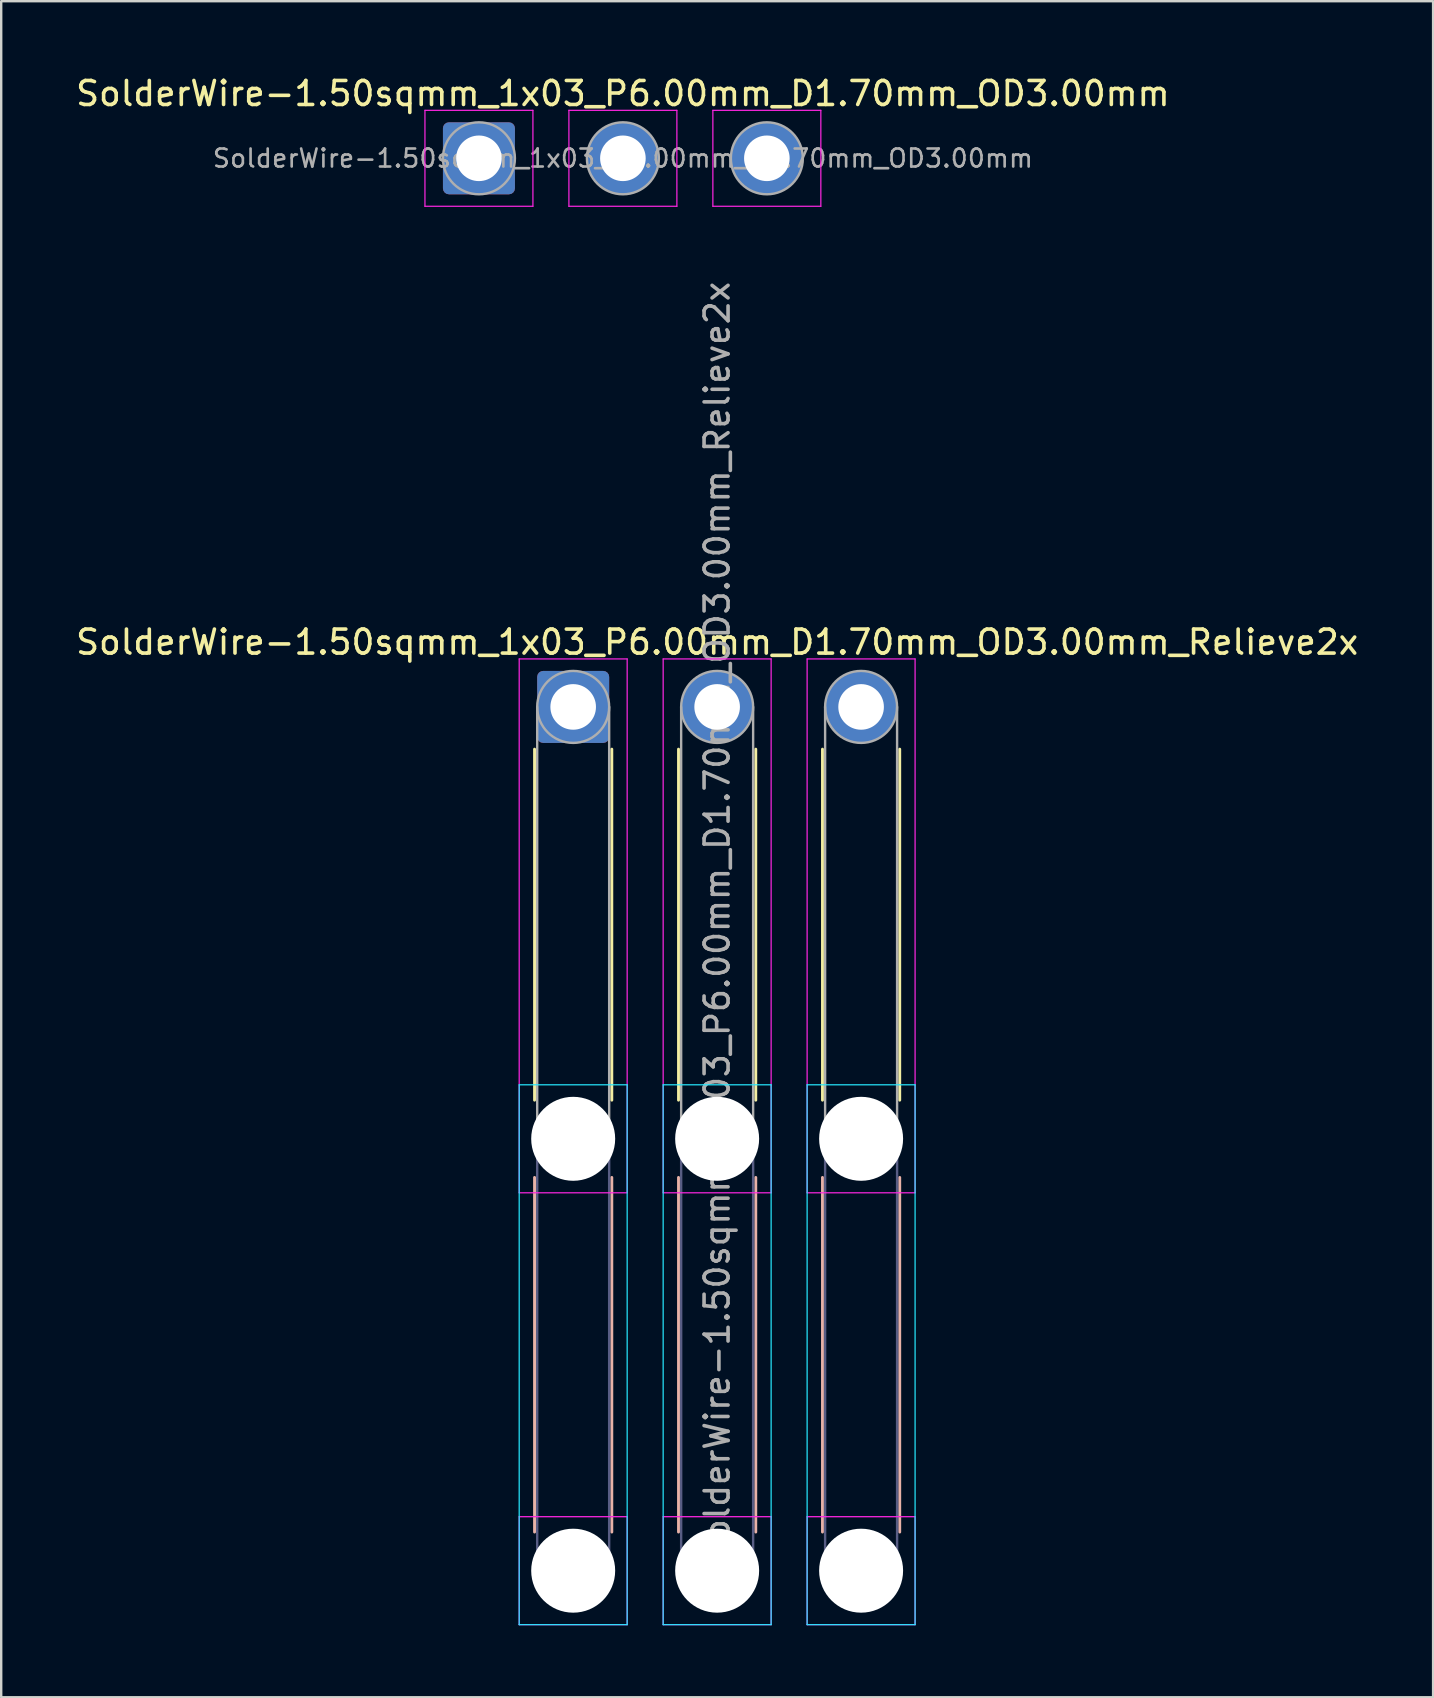
<source format=kicad_pcb>
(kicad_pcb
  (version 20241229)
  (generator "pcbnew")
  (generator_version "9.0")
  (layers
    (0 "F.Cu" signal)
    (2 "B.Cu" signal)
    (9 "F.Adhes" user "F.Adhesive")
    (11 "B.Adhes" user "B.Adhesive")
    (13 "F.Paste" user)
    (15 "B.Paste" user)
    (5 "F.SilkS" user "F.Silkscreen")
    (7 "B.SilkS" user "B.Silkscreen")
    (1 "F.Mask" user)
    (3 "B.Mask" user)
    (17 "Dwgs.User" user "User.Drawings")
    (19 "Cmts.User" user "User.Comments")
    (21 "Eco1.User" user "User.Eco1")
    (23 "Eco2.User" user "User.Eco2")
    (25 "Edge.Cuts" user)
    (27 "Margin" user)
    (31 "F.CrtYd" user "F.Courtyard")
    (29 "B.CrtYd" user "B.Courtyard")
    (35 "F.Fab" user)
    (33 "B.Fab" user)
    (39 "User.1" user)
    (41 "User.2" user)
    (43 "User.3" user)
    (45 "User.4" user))
  (footprint "SolderWire-1.50sqmm_1x03_P6.00mm_D1.70mm_OD3.00mm"
    (layer "F.Cu")
    (at 16.911 3.548)
    (property "Reference" "SolderWire-1.50sqmm_1x03_P6.00mm_D1.70mm_OD3.00mm" (at 6 -2.7 0) (layer "F.SilkS") (effects (font (size 1 1) (thickness 0.15))))
    (attr exclude_from_pos_files exclude_from_bom)
    (fp_line (start -2.25 -2) (end -2.25 2) (stroke (width 0.05) (type solid)) (layer "F.CrtYd"))
    (fp_line (start -2.25 2) (end 2.25 2) (stroke (width 0.05) (type solid)) (layer "F.CrtYd"))
    (fp_line (start 2.25 -2) (end -2.25 -2) (stroke (width 0.05) (type solid)) (layer "F.CrtYd"))
    (fp_line (start 2.25 2) (end 2.25 -2) (stroke (width 0.05) (type solid)) (layer "F.CrtYd"))
    (fp_line (start 3.75 -2) (end 3.75 2) (stroke (width 0.05) (type solid)) (layer "F.CrtYd"))
    (fp_line (start 3.75 2) (end 8.25 2) (stroke (width 0.05) (type solid)) (layer "F.CrtYd"))
    (fp_line (start 8.25 -2) (end 3.75 -2) (stroke (width 0.05) (type solid)) (layer "F.CrtYd"))
    (fp_line (start 8.25 2) (end 8.25 -2) (stroke (width 0.05) (type solid)) (layer "F.CrtYd"))
    (fp_line (start 9.75 -2) (end 9.75 2) (stroke (width 0.05) (type solid)) (layer "F.CrtYd"))
    (fp_line (start 9.75 2) (end 14.25 2) (stroke (width 0.05) (type solid)) (layer "F.CrtYd"))
    (fp_line (start 14.25 -2) (end 9.75 -2) (stroke (width 0.05) (type solid)) (layer "F.CrtYd"))
    (fp_line (start 14.25 2) (end 14.25 -2) (stroke (width 0.05) (type solid)) (layer "F.CrtYd"))
    (fp_circle (center 0 0) (end 1.5 0) (stroke (width 0.1) (type solid)) (fill no) (layer "F.Fab"))
    (fp_circle (center 6 0) (end 7.5 0) (stroke (width 0.1) (type solid)) (fill no) (layer "F.Fab"))
    (fp_circle (center 12 0) (end 13.5 0) (stroke (width 0.1) (type solid)) (fill no) (layer "F.Fab"))
    (fp_text user "${REFERENCE}" (at 6 0 0) (layer "F.Fab") (effects (font (size 0.75 0.75) (thickness 0.11))))
    (pad "1" thru_hole roundrect (at 0 0) (size 3 3) (drill 1.9) (layers "*.Cu" "*.Mask") (roundrect_rratio 0.083))
    (pad "2" thru_hole circle (at 6 0) (size 3 3) (drill 1.9) (layers "*.Cu" "*.Mask"))
    (pad "3" thru_hole circle (at 12 0) (size 3 3) (drill 1.9) (layers "*.Cu" "*.Mask")))
  (footprint "SolderWire-1.50sqmm_1x03_P6.00mm_D1.70mm_OD3.00mm_Relieve2x"
    (layer "F.Cu")
    (at 20.839 26.413)
    (property "Reference" "SolderWire-1.50sqmm_1x03_P6.00mm_D1.70mm_OD3.00mm_Relieve2x" (at 6 -2.7 0) (layer "F.SilkS") (effects (font (size 1 1) (thickness 0.15))))
    (attr exclude_from_pos_files exclude_from_bom)
    (fp_line (start -1.61 1.76) (end -1.61 16.39) (stroke (width 0.12) (type solid)) (layer "F.SilkS"))
    (fp_line (start 1.61 1.76) (end 1.61 16.39) (stroke (width 0.12) (type solid)) (layer "F.SilkS"))
    (fp_line (start 4.39 1.76) (end 4.39 16.39) (stroke (width 0.12) (type solid)) (layer "F.SilkS"))
    (fp_line (start 7.61 1.76) (end 7.61 16.39) (stroke (width 0.12) (type solid)) (layer "F.SilkS"))
    (fp_line (start 10.39 1.76) (end 10.39 16.39) (stroke (width 0.12) (type solid)) (layer "F.SilkS"))
    (fp_line (start 13.61 1.76) (end 13.61 16.39) (stroke (width 0.12) (type solid)) (layer "F.SilkS"))
    (fp_line (start -1.61 19.61) (end -1.61 34.39) (stroke (width 0.12) (type solid)) (layer "B.SilkS"))
    (fp_line (start 1.61 19.61) (end 1.61 34.39) (stroke (width 0.12) (type solid)) (layer "B.SilkS"))
    (fp_line (start 4.39 19.61) (end 4.39 34.39) (stroke (width 0.12) (type solid)) (layer "B.SilkS"))
    (fp_line (start 7.61 19.61) (end 7.61 34.39) (stroke (width 0.12) (type solid)) (layer "B.SilkS"))
    (fp_line (start 10.39 19.61) (end 10.39 34.39) (stroke (width 0.12) (type solid)) (layer "B.SilkS"))
    (fp_line (start 13.61 19.61) (end 13.61 34.39) (stroke (width 0.12) (type solid)) (layer "B.SilkS"))
    (fp_line (start -2.25 15.75) (end -2.25 38.25) (stroke (width 0.05) (type solid)) (layer "B.CrtYd"))
    (fp_line (start -2.25 38.25) (end 2.25 38.25) (stroke (width 0.05) (type solid)) (layer "B.CrtYd"))
    (fp_line (start 2.25 15.75) (end -2.25 15.75) (stroke (width 0.05) (type solid)) (layer "B.CrtYd"))
    (fp_line (start 2.25 38.25) (end 2.25 15.75) (stroke (width 0.05) (type solid)) (layer "B.CrtYd"))
    (fp_line (start 3.75 15.75) (end 3.75 38.25) (stroke (width 0.05) (type solid)) (layer "B.CrtYd"))
    (fp_line (start 3.75 38.25) (end 8.25 38.25) (stroke (width 0.05) (type solid)) (layer "B.CrtYd"))
    (fp_line (start 8.25 15.75) (end 3.75 15.75) (stroke (width 0.05) (type solid)) (layer "B.CrtYd"))
    (fp_line (start 8.25 38.25) (end 8.25 15.75) (stroke (width 0.05) (type solid)) (layer "B.CrtYd"))
    (fp_line (start 9.75 15.75) (end 9.75 38.25) (stroke (width 0.05) (type solid)) (layer "B.CrtYd"))
    (fp_line (start 9.75 38.25) (end 14.25 38.25) (stroke (width 0.05) (type solid)) (layer "B.CrtYd"))
    (fp_line (start 14.25 15.75) (end 9.75 15.75) (stroke (width 0.05) (type solid)) (layer "B.CrtYd"))
    (fp_line (start 14.25 38.25) (end 14.25 15.75) (stroke (width 0.05) (type solid)) (layer "B.CrtYd"))
    (fp_line (start -2.25 -2) (end -2.25 20.25) (stroke (width 0.05) (type solid)) (layer "F.CrtYd"))
    (fp_line (start -2.25 20.25) (end 2.25 20.25) (stroke (width 0.05) (type solid)) (layer "F.CrtYd"))
    (fp_line (start -2.25 33.75) (end -2.25 38.25) (stroke (width 0.05) (type solid)) (layer "F.CrtYd"))
    (fp_line (start -2.25 38.25) (end 2.25 38.25) (stroke (width 0.05) (type solid)) (layer "F.CrtYd"))
    (fp_line (start 2.25 -2) (end -2.25 -2) (stroke (width 0.05) (type solid)) (layer "F.CrtYd"))
    (fp_line (start 2.25 20.25) (end 2.25 -2) (stroke (width 0.05) (type solid)) (layer "F.CrtYd"))
    (fp_line (start 2.25 33.75) (end -2.25 33.75) (stroke (width 0.05) (type solid)) (layer "F.CrtYd"))
    (fp_line (start 2.25 38.25) (end 2.25 33.75) (stroke (width 0.05) (type solid)) (layer "F.CrtYd"))
    (fp_line (start 3.75 -2) (end 3.75 20.25) (stroke (width 0.05) (type solid)) (layer "F.CrtYd"))
    (fp_line (start 3.75 20.25) (end 8.25 20.25) (stroke (width 0.05) (type solid)) (layer "F.CrtYd"))
    (fp_line (start 3.75 33.75) (end 3.75 38.25) (stroke (width 0.05) (type solid)) (layer "F.CrtYd"))
    (fp_line (start 3.75 38.25) (end 8.25 38.25) (stroke (width 0.05) (type solid)) (layer "F.CrtYd"))
    (fp_line (start 8.25 -2) (end 3.75 -2) (stroke (width 0.05) (type solid)) (layer "F.CrtYd"))
    (fp_line (start 8.25 20.25) (end 8.25 -2) (stroke (width 0.05) (type solid)) (layer "F.CrtYd"))
    (fp_line (start 8.25 33.75) (end 3.75 33.75) (stroke (width 0.05) (type solid)) (layer "F.CrtYd"))
    (fp_line (start 8.25 38.25) (end 8.25 33.75) (stroke (width 0.05) (type solid)) (layer "F.CrtYd"))
    (fp_line (start 9.75 -2) (end 9.75 20.25) (stroke (width 0.05) (type solid)) (layer "F.CrtYd"))
    (fp_line (start 9.75 20.25) (end 14.25 20.25) (stroke (width 0.05) (type solid)) (layer "F.CrtYd"))
    (fp_line (start 9.75 33.75) (end 9.75 38.25) (stroke (width 0.05) (type solid)) (layer "F.CrtYd"))
    (fp_line (start 9.75 38.25) (end 14.25 38.25) (stroke (width 0.05) (type solid)) (layer "F.CrtYd"))
    (fp_line (start 14.25 -2) (end 9.75 -2) (stroke (width 0.05) (type solid)) (layer "F.CrtYd"))
    (fp_line (start 14.25 20.25) (end 14.25 -2) (stroke (width 0.05) (type solid)) (layer "F.CrtYd"))
    (fp_line (start 14.25 33.75) (end 9.75 33.75) (stroke (width 0.05) (type solid)) (layer "F.CrtYd"))
    (fp_line (start 14.25 38.25) (end 14.25 33.75) (stroke (width 0.05) (type solid)) (layer "F.CrtYd"))
    (fp_line (start -1.5 18) (end -1.5 36) (stroke (width 0.1) (type solid)) (layer "B.Fab"))
    (fp_line (start 1.5 18) (end 1.5 36) (stroke (width 0.1) (type solid)) (layer "B.Fab"))
    (fp_line (start 4.5 18) (end 4.5 36) (stroke (width 0.1) (type solid)) (layer "B.Fab"))
    (fp_line (start 7.5 18) (end 7.5 36) (stroke (width 0.1) (type solid)) (layer "B.Fab"))
    (fp_line (start 10.5 18) (end 10.5 36) (stroke (width 0.1) (type solid)) (layer "B.Fab"))
    (fp_line (start 13.5 18) (end 13.5 36) (stroke (width 0.1) (type solid)) (layer "B.Fab"))
    (fp_circle (center 0 18) (end 1.5 18) (stroke (width 0.1) (type solid)) (fill no) (layer "B.Fab"))
    (fp_circle (center 0 36) (end 1.5 36) (stroke (width 0.1) (type solid)) (fill no) (layer "B.Fab"))
    (fp_circle (center 6 18) (end 7.5 18) (stroke (width 0.1) (type solid)) (fill no) (layer "B.Fab"))
    (fp_circle (center 6 36) (end 7.5 36) (stroke (width 0.1) (type solid)) (fill no) (layer "B.Fab"))
    (fp_circle (center 12 18) (end 13.5 18) (stroke (width 0.1) (type solid)) (fill no) (layer "B.Fab"))
    (fp_circle (center 12 36) (end 13.5 36) (stroke (width 0.1) (type solid)) (fill no) (layer "B.Fab"))
    (fp_line (start -1.5 0) (end -1.5 18) (stroke (width 0.1) (type solid)) (layer "F.Fab"))
    (fp_line (start 1.5 0) (end 1.5 18) (stroke (width 0.1) (type solid)) (layer "F.Fab"))
    (fp_line (start 4.5 0) (end 4.5 18) (stroke (width 0.1) (type solid)) (layer "F.Fab"))
    (fp_line (start 7.5 0) (end 7.5 18) (stroke (width 0.1) (type solid)) (layer "F.Fab"))
    (fp_line (start 10.5 0) (end 10.5 18) (stroke (width 0.1) (type solid)) (layer "F.Fab"))
    (fp_line (start 13.5 0) (end 13.5 18) (stroke (width 0.1) (type solid)) (layer "F.Fab"))
    (fp_circle (center 0 0) (end 1.5 0) (stroke (width 0.1) (type solid)) (fill no) (layer "F.Fab"))
    (fp_circle (center 0 18) (end 1.5 18) (stroke (width 0.1) (type solid)) (fill no) (layer "F.Fab"))
    (fp_circle (center 0 36) (end 1.5 36) (stroke (width 0.1) (type solid)) (fill no) (layer "F.Fab"))
    (fp_circle (center 6 0) (end 7.5 0) (stroke (width 0.1) (type solid)) (fill no) (layer "F.Fab"))
    (fp_circle (center 6 18) (end 7.5 18) (stroke (width 0.1) (type solid)) (fill no) (layer "F.Fab"))
    (fp_circle (center 6 36) (end 7.5 36) (stroke (width 0.1) (type solid)) (fill no) (layer "F.Fab"))
    (fp_circle (center 12 0) (end 13.5 0) (stroke (width 0.1) (type solid)) (fill no) (layer "F.Fab"))
    (fp_circle (center 12 18) (end 13.5 18) (stroke (width 0.1) (type solid)) (fill no) (layer "F.Fab"))
    (fp_circle (center 12 36) (end 13.5 36) (stroke (width 0.1) (type solid)) (fill no) (layer "F.Fab"))
    (fp_text user "${REFERENCE}" (at 6 9 90) (layer "F.Fab") (effects (font (size 1 1) (thickness 0.15))))
    (pad "" np_thru_hole circle (at 0 18) (size 3.5 3.5) (drill 3.5) (layers "*.Cu" "*.Mask"))
    (pad "" np_thru_hole circle (at 0 36) (size 3.5 3.5) (drill 3.5) (layers "*.Cu" "*.Mask"))
    (pad "" np_thru_hole circle (at 6 18) (size 3.5 3.5) (drill 3.5) (layers "*.Cu" "*.Mask"))
    (pad "" np_thru_hole circle (at 6 36) (size 3.5 3.5) (drill 3.5) (layers "*.Cu" "*.Mask"))
    (pad "" np_thru_hole circle (at 12 18) (size 3.5 3.5) (drill 3.5) (layers "*.Cu" "*.Mask"))
    (pad "" np_thru_hole circle (at 12 36) (size 3.5 3.5) (drill 3.5) (layers "*.Cu" "*.Mask"))
    (pad "1" thru_hole roundrect (at 0 0) (size 3 3) (drill 1.9) (layers "*.Cu" "*.Mask") (roundrect_rratio 0.083))
    (pad "2" thru_hole circle (at 6 0) (size 3 3) (drill 1.9) (layers "*.Cu" "*.Mask"))
    (pad "3" thru_hole circle (at 12 0) (size 3 3) (drill 1.9) (layers "*.Cu" "*.Mask")))
  (gr_rect
    (start -3 -3)
    (end 56.679 67.688)
    (stroke (width 0.1) (type default))
    (fill no)
    (layer "Edge.Cuts")))
</source>
